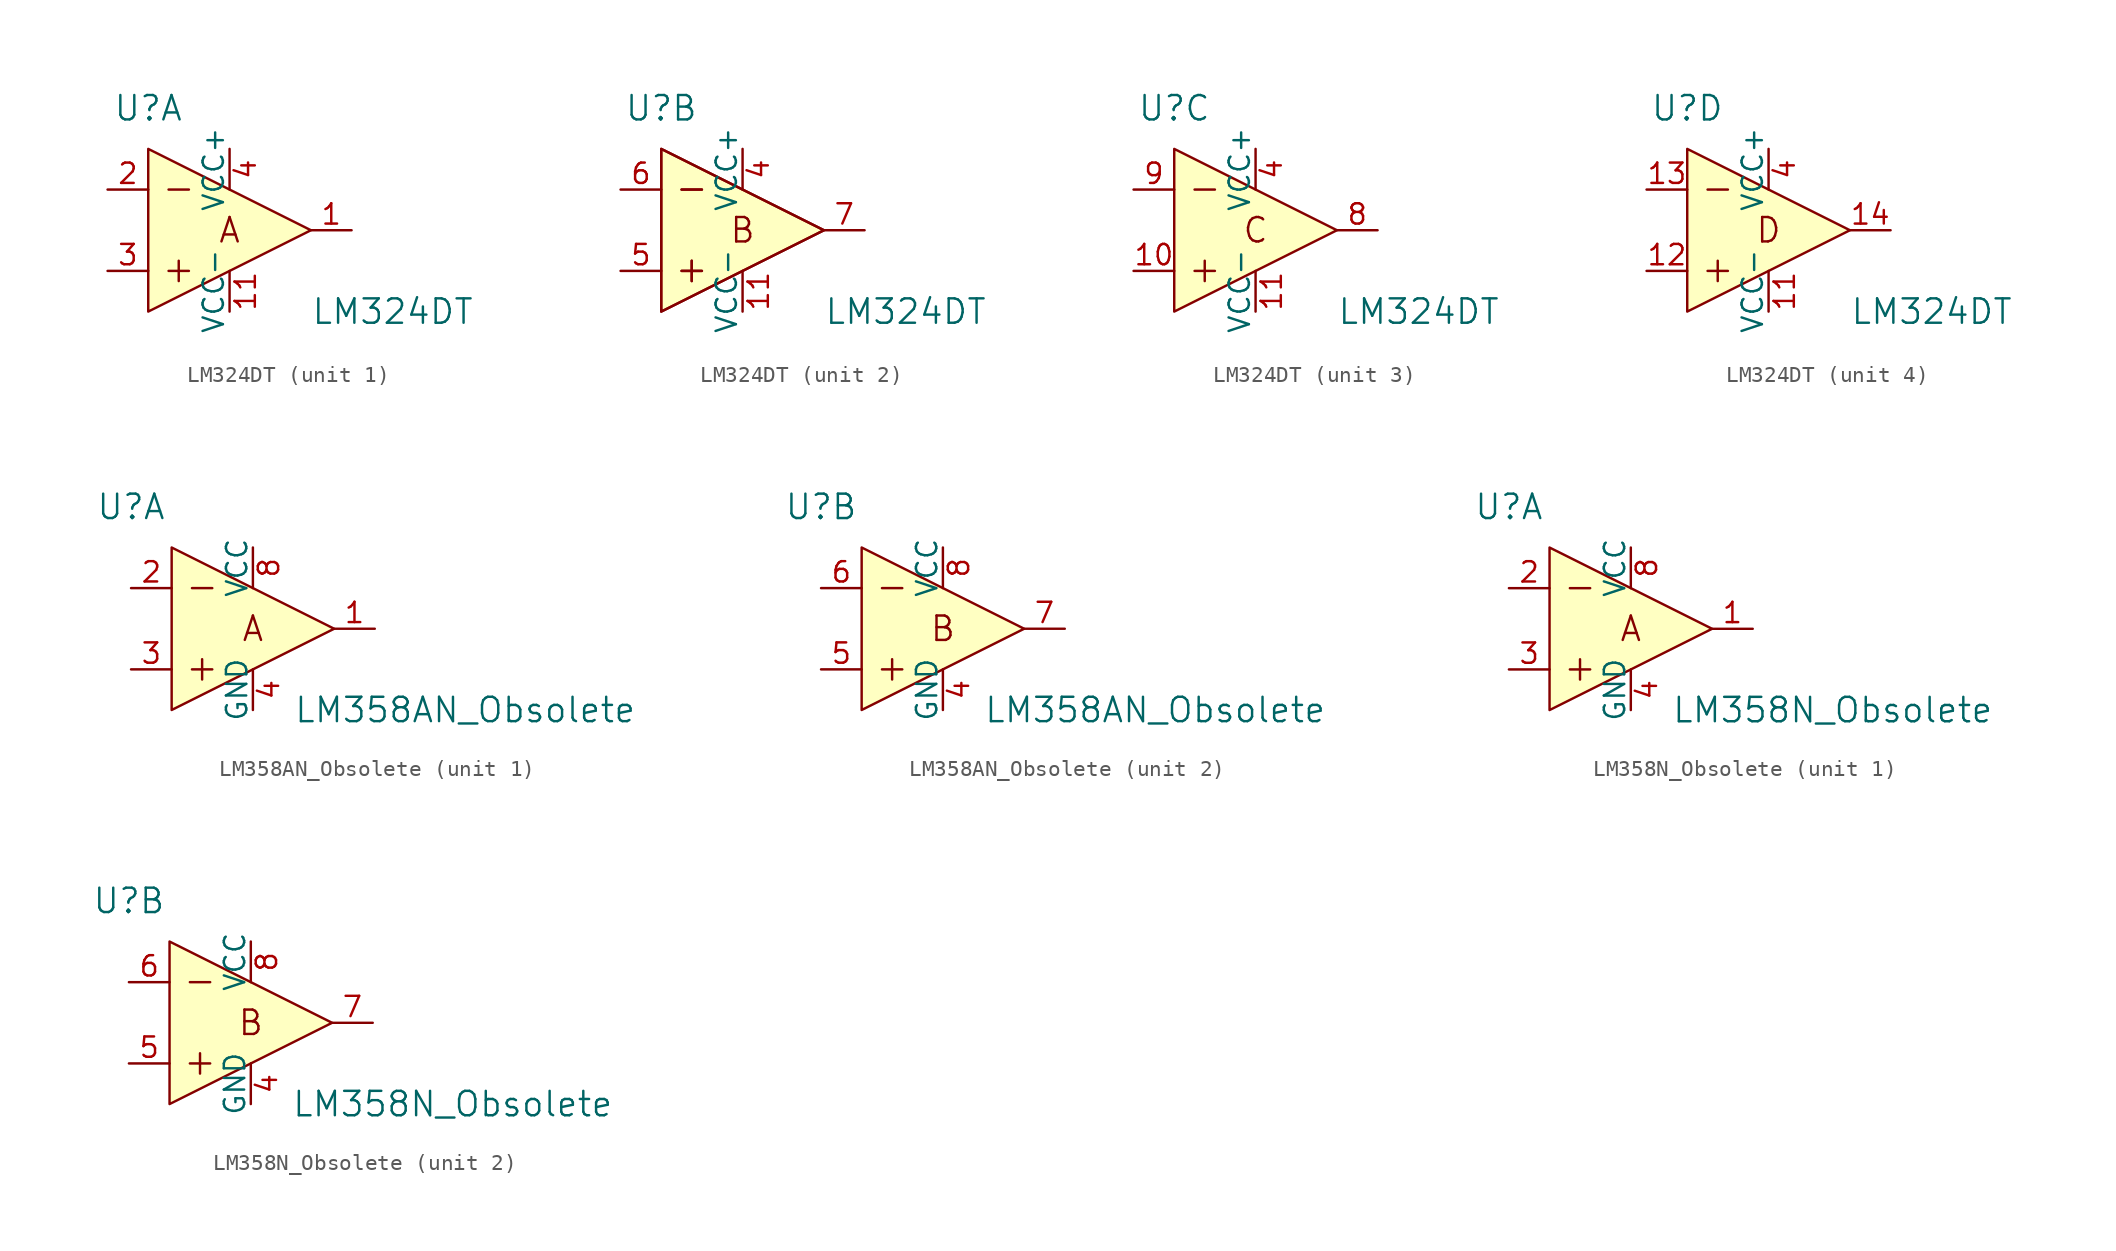
<source format=kicad_sym>
(kicad_symbol_lib
  (version 20220914)
  (generator kicad_symbol_editor)
  (symbol "LM324DT"
    (pin_names
      (offset 0))
    (property "Reference" "U"
      (at -5.08 7.62 0)
      (effects (font (size 1.524 1.524))))
    (property "Value" "LM324DT"
      (at 5.08 -5.08 0)
      (effects (font (size 1.524 1.524)) (justify left)))
    (property "ki_locked" ""
      (at 0 0 0)
      (effects (font (size 1.27 1.27))))
    (symbol "LM324DT_0_0"
      (polyline (pts (xy -3.81 -2.54) (xy -2.54 -2.54)) (stroke (width 0) (type default)) (fill (type none)))
      (polyline (pts (xy -3.81 2.54) (xy -2.54 2.54)) (stroke (width 0) (type default)) (fill (type none)))
      (polyline (pts (xy -3.175 -1.905) (xy -3.175 -3.175)) (stroke (width 0) (type default)) (fill (type none)))
      (polyline (pts (xy -5.08 5.08) (xy -5.08 -5.08) (xy 5.08 0) (xy -5.08 5.08)) (stroke (width 0) (type default)) (fill (type background))))
    (symbol "LM324DT_1_0"
      (text "A" (at 0 0 0) (effects (font (size 1.524 1.524)))))
    (symbol "LM324DT_1_1"
      (pin output line (at 7.62 0 180) (length 2.54) (name "~" (effects (font (size 1.27 1.27)))) (number "1" (effects (font (size 1.27 1.27)))))
      (pin power_in line (at 0 -5.08 90) (length 2.54) (name "VCC-" (effects (font (size 1.27 1.27)))) (number "11" (effects (font (size 1.27 1.27)))))
      (pin input line (at -7.62 2.54 0) (length 2.54) (name "~" (effects (font (size 1.27 1.27)))) (number "2" (effects (font (size 1.27 1.27)))))
      (pin input line (at -7.62 -2.54 0) (length 2.54) (name "~" (effects (font (size 1.27 1.27)))) (number "3" (effects (font (size 1.27 1.27)))))
      (pin power_in line (at 0 5.08 270) (length 2.54) (name "VCC+" (effects (font (size 1.27 1.27)))) (number "4" (effects (font (size 1.27 1.27))))))
    (symbol "LM324DT_2_0"
      (polyline (pts (xy -3.81 -2.54) (xy -2.54 -2.54)) (stroke (width 0) (type default)) (fill (type none)))
      (polyline (pts (xy -3.81 2.54) (xy -2.54 2.54)) (stroke (width 0) (type default)) (fill (type none)))
      (polyline (pts (xy -3.175 -1.905) (xy -3.175 -3.175)) (stroke (width 0) (type default)) (fill (type none)))
      (polyline (pts (xy -5.08 5.08) (xy -5.08 -5.08) (xy 5.08 0) (xy -5.08 5.08)) (stroke (width 0) (type default)) (fill (type background)))
      (text "B" (at 0 0 0) (effects (font (size 1.524 1.524)))))
    (symbol "LM324DT_2_1"
      (pin power_in line (at 0 -5.08 90) (length 2.54) (name "VCC-" (effects (font (size 1.27 1.27)))) (number "11" (effects (font (size 1.27 1.27)))))
      (pin power_in line (at 0 5.08 270) (length 2.54) (name "VCC+" (effects (font (size 1.27 1.27)))) (number "4" (effects (font (size 1.27 1.27)))))
      (pin input line (at -7.62 -2.54 0) (length 2.54) (name "~" (effects (font (size 1.27 1.27)))) (number "5" (effects (font (size 1.27 1.27)))))
      (pin input line (at -7.62 2.54 0) (length 2.54) (name "~" (effects (font (size 1.27 1.27)))) (number "6" (effects (font (size 1.27 1.27)))))
      (pin output line (at 7.62 0 180) (length 2.54) (name "~" (effects (font (size 1.27 1.27)))) (number "7" (effects (font (size 1.27 1.27))))))
    (symbol "LM324DT_3_0"
      (text "C" (at 0 0 0) (effects (font (size 1.524 1.524)))))
    (symbol "LM324DT_3_1"
      (pin input line (at -7.62 -2.54 0) (length 2.54) (name "~" (effects (font (size 1.27 1.27)))) (number "10" (effects (font (size 1.27 1.27)))))
      (pin power_in line (at 0 -5.08 90) (length 2.54) (name "VCC-" (effects (font (size 1.27 1.27)))) (number "11" (effects (font (size 1.27 1.27)))))
      (pin power_in line (at 0 5.08 270) (length 2.54) (name "VCC+" (effects (font (size 1.27 1.27)))) (number "4" (effects (font (size 1.27 1.27)))))
      (pin output line (at 7.62 0 180) (length 2.54) (name "~" (effects (font (size 1.27 1.27)))) (number "8" (effects (font (size 1.27 1.27)))))
      (pin input line (at -7.62 2.54 0) (length 2.54) (name "~" (effects (font (size 1.27 1.27)))) (number "9" (effects (font (size 1.27 1.27))))))
    (symbol "LM324DT_4_0"
      (text "D" (at 0 0 0) (effects (font (size 1.524 1.524)))))
    (symbol "LM324DT_4_1"
      (pin power_in line (at 0 -5.08 90) (length 2.54) (name "VCC-" (effects (font (size 1.27 1.27)))) (number "11" (effects (font (size 1.27 1.27)))))
      (pin input line (at -7.62 -2.54 0) (length 2.54) (name "~" (effects (font (size 1.27 1.27)))) (number "12" (effects (font (size 1.27 1.27)))))
      (pin input line (at -7.62 2.54 0) (length 2.54) (name "~" (effects (font (size 1.27 1.27)))) (number "13" (effects (font (size 1.27 1.27)))))
      (pin output line (at 7.62 0 180) (length 2.54) (name "~" (effects (font (size 1.27 1.27)))) (number "14" (effects (font (size 1.27 1.27)))))
      (pin power_in line (at 0 5.08 270) (length 2.54) (name "VCC+" (effects (font (size 1.27 1.27)))) (number "4" (effects (font (size 1.27 1.27)))))))
  (symbol "LM358AN_Obsolete"
    (pin_names
      (offset 0))
    (property "Reference" "U"
      (at -7.62 7.62 0)
      (effects (font (size 1.524 1.524))))
    (property "Value" "LM358AN_Obsolete"
      (at 2.54 -5.08 0)
      (effects (font (size 1.524 1.524)) (justify left)))
    (property "ki_locked" ""
      (at 0 0 0)
      (effects (font (size 1.27 1.27))))
    (symbol "LM358AN_Obsolete_0_1"
      (polyline (pts (xy -3.81 -2.54) (xy -2.54 -2.54)) (stroke (width 0) (type default)) (fill (type none)))
      (polyline (pts (xy -3.81 2.54) (xy -2.54 2.54)) (stroke (width 0) (type default)) (fill (type none)))
      (polyline (pts (xy -3.175 -1.905) (xy -3.175 -3.175)) (stroke (width 0) (type default)) (fill (type none)))
      (polyline (pts (xy -5.08 5.08) (xy -5.08 -5.08) (xy 5.08 0) (xy -5.08 5.08)) (stroke (width 0) (type default)) (fill (type background))))
    (symbol "LM358AN_Obsolete_1_0"
      (text "A" (at 0 0 0) (effects (font (size 1.524 1.524)))))
    (symbol "LM358AN_Obsolete_1_1"
      (pin output line (at 7.62 0 180) (length 2.54) (name "~" (effects (font (size 1.27 1.27)))) (number "1" (effects (font (size 1.27 1.27)))))
      (pin input line (at -7.62 2.54 0) (length 2.54) (name "~" (effects (font (size 1.27 1.27)))) (number "2" (effects (font (size 1.27 1.27)))))
      (pin input line (at -7.62 -2.54 0) (length 2.54) (name "~" (effects (font (size 1.27 1.27)))) (number "3" (effects (font (size 1.27 1.27)))))
      (pin power_in line (at 0 -5.08 90) (length 2.54) (name "GND" (effects (font (size 1.27 1.27)))) (number "4" (effects (font (size 1.27 1.27)))))
      (pin power_in line (at 0 5.08 270) (length 2.54) (name "VCC" (effects (font (size 1.27 1.27)))) (number "8" (effects (font (size 1.27 1.27))))))
    (symbol "LM358AN_Obsolete_2_0"
      (text "B" (at 0 0 0) (effects (font (size 1.524 1.524)))))
    (symbol "LM358AN_Obsolete_2_1"
      (pin power_in line (at 0 -5.08 90) (length 2.54) (name "GND" (effects (font (size 1.27 1.27)))) (number "4" (effects (font (size 1.27 1.27)))))
      (pin input line (at -7.62 -2.54 0) (length 2.54) (name "~" (effects (font (size 1.27 1.27)))) (number "5" (effects (font (size 1.27 1.27)))))
      (pin input line (at -7.62 2.54 0) (length 2.54) (name "~" (effects (font (size 1.27 1.27)))) (number "6" (effects (font (size 1.27 1.27)))))
      (pin output line (at 7.62 0 180) (length 2.54) (name "~" (effects (font (size 1.27 1.27)))) (number "7" (effects (font (size 1.27 1.27)))))
      (pin power_in line (at 0 5.08 270) (length 2.54) (name "VCC" (effects (font (size 1.27 1.27)))) (number "8" (effects (font (size 1.27 1.27)))))))
  (symbol "LM358N_Obsolete"
    (pin_names
      (offset 0))
    (property "Reference" "U"
      (at -7.62 7.62 0)
      (effects (font (size 1.524 1.524))))
    (property "Value" "LM358N_Obsolete"
      (at 2.54 -5.08 0)
      (effects (font (size 1.524 1.524)) (justify left)))
    (property "ki_locked" ""
      (at 0 0 0)
      (effects (font (size 1.27 1.27))))
    (symbol "LM358N_Obsolete_0_1"
      (polyline (pts (xy -3.81 -2.54) (xy -2.54 -2.54)) (stroke (width 0) (type default)) (fill (type none)))
      (polyline (pts (xy -3.81 2.54) (xy -2.54 2.54)) (stroke (width 0) (type default)) (fill (type none)))
      (polyline (pts (xy -3.175 -1.905) (xy -3.175 -3.175)) (stroke (width 0) (type default)) (fill (type none)))
      (polyline (pts (xy 5.08 0) (xy -5.08 5.08) (xy -5.08 -5.08) (xy 5.08 0)) (stroke (width 0) (type default)) (fill (type background))))
    (symbol "LM358N_Obsolete_1_0"
      (text "A" (at 0 0 0) (effects (font (size 1.524 1.524)))))
    (symbol "LM358N_Obsolete_1_1"
      (pin output line (at 7.62 0 180) (length 2.54) (name "~" (effects (font (size 1.27 1.27)))) (number "1" (effects (font (size 1.27 1.27)))))
      (pin input line (at -7.62 2.54 0) (length 2.54) (name "~" (effects (font (size 1.27 1.27)))) (number "2" (effects (font (size 1.27 1.27)))))
      (pin input line (at -7.62 -2.54 0) (length 2.54) (name "~" (effects (font (size 1.27 1.27)))) (number "3" (effects (font (size 1.27 1.27)))))
      (pin power_in line (at 0 -5.08 90) (length 2.54) (name "GND" (effects (font (size 1.27 1.27)))) (number "4" (effects (font (size 1.27 1.27)))))
      (pin power_in line (at 0 5.08 270) (length 2.54) (name "VCC" (effects (font (size 1.27 1.27)))) (number "8" (effects (font (size 1.27 1.27))))))
    (symbol "LM358N_Obsolete_2_0"
      (text "B" (at 0 0 0) (effects (font (size 1.524 1.524)))))
    (symbol "LM358N_Obsolete_2_1"
      (pin power_in line (at 0 -5.08 90) (length 2.54) (name "GND" (effects (font (size 1.27 1.27)))) (number "4" (effects (font (size 1.27 1.27)))))
      (pin input line (at -7.62 -2.54 0) (length 2.54) (name "~" (effects (font (size 1.27 1.27)))) (number "5" (effects (font (size 1.27 1.27)))))
      (pin input line (at -7.62 2.54 0) (length 2.54) (name "~" (effects (font (size 1.27 1.27)))) (number "6" (effects (font (size 1.27 1.27)))))
      (pin output line (at 7.62 0 180) (length 2.54) (name "~" (effects (font (size 1.27 1.27)))) (number "7" (effects (font (size 1.27 1.27)))))
      (pin power_in line (at 0 5.08 270) (length 2.54) (name "VCC" (effects (font (size 1.27 1.27)))) (number "8" (effects (font (size 1.27 1.27))))))))
</source>
